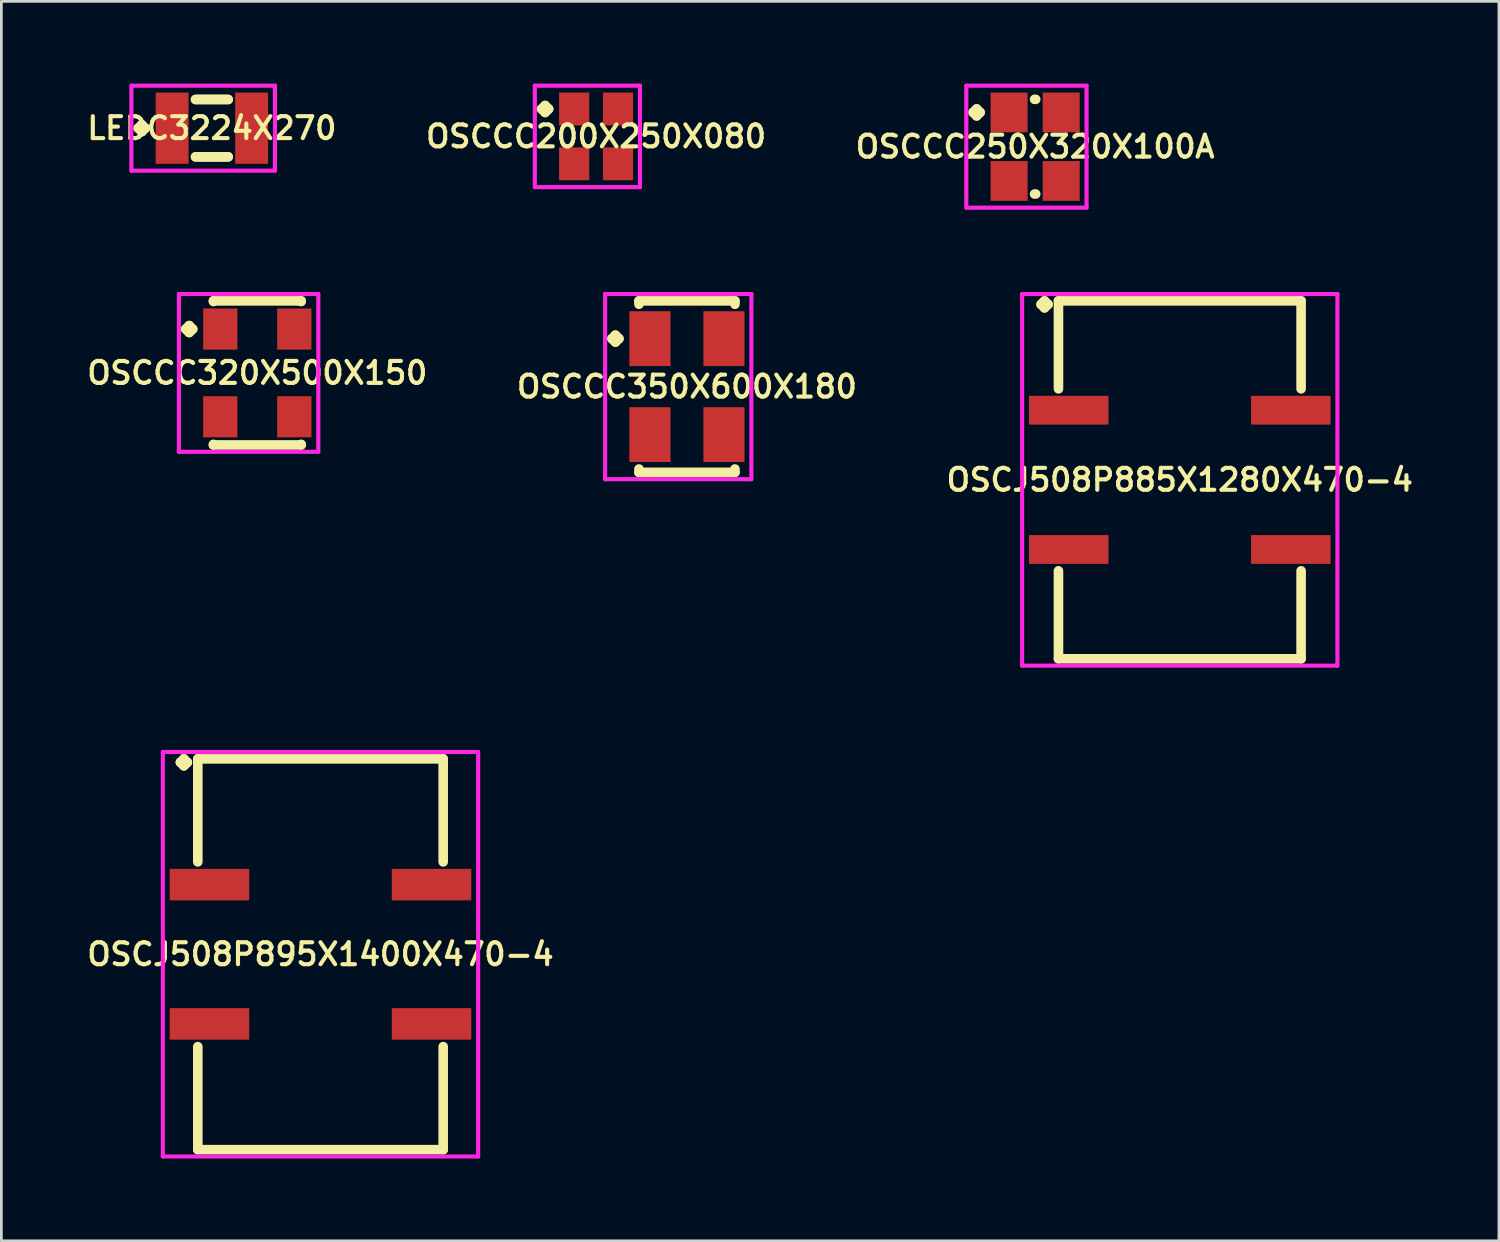
<source format=kicad_pcb>
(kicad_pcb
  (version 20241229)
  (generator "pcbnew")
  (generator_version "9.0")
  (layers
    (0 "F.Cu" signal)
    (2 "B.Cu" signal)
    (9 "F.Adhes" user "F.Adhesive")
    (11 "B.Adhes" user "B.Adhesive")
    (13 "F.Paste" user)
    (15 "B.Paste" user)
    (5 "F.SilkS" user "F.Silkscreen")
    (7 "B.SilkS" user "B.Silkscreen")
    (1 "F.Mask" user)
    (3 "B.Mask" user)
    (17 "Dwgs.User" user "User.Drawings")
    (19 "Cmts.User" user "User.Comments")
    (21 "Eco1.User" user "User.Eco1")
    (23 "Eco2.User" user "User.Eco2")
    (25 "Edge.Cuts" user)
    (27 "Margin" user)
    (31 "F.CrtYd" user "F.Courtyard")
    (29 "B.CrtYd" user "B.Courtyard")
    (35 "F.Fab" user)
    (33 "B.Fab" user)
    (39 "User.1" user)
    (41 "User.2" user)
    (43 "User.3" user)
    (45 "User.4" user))
  (footprint "OSCCC250X320X100A"
    (layer "F.Cu")
    (at 34.706 2.3)
    (property "Reference" "OSCCC250X320X100A" (at 0 0 0) (layer "F.SilkS") (effects (font (size 0.8 0.8) (thickness 0.15))))
    (attr smd)
    (fp_line (start -2.26 -1.25) (end -2.133 -1.377) (stroke (width 0.35) (type solid)) (layer "F.SilkS"))
    (fp_line (start -2.133 -1.377) (end -2.006 -1.25) (stroke (width 0.35) (type solid)) (layer "F.SilkS"))
    (fp_line (start -2.133 -1.123) (end -2.26 -1.25) (stroke (width 0.35) (type solid)) (layer "F.SilkS"))
    (fp_line (start -2.006 -1.25) (end -2.133 -1.123) (stroke (width 0.35) (type solid)) (layer "F.SilkS"))
    (fp_line (start -0.021 -1.727) (end 0.021 -1.727) (stroke (width 0.35) (type solid)) (layer "F.SilkS"))
    (fp_line (start -0.021 1.727) (end 0.021 1.727) (stroke (width 0.35) (type solid)) (layer "F.SilkS"))
    (fp_line (start -2.51 -2.225) (end 1.875 -2.225) (stroke (width 0.15) (type solid)) (layer "F.CrtYd"))
    (fp_line (start -2.51 2.225) (end -2.51 -2.225) (stroke (width 0.15) (type solid)) (layer "F.CrtYd"))
    (fp_line (start 1.875 -2.225) (end 1.875 2.225) (stroke (width 0.15) (type solid)) (layer "F.CrtYd"))
    (fp_line (start 1.875 2.225) (end -2.51 2.225) (stroke (width 0.15) (type solid)) (layer "F.CrtYd"))
    (pad "1" smd rect (at -0.95 -1.25) (size 1.35 1.45) (layers "F.Cu" "F.Mask" "F.Paste"))
    (pad "2" smd rect (at -0.95 1.25) (size 1.35 1.45) (layers "F.Cu" "F.Mask" "F.Paste"))
    (pad "3" smd rect (at 0.95 1.25) (size 1.35 1.45) (layers "F.Cu" "F.Mask" "F.Paste"))
    (pad "4" smd rect (at 0.95 -1.25) (size 1.35 1.45) (layers "F.Cu" "F.Mask" "F.Paste")))
  (footprint "LEDC3224X270"
    (layer "F.Cu")
    (at 4.678 1.625)
    (property "Reference" "LEDC3224X270" (at 0 0 0) (layer "F.SilkS") (effects (font (size 0.8 0.8) (thickness 0.15))))
    (attr smd)
    (fp_line (start -2.685 0) (end -2.558 -0.127) (stroke (width 0.35) (type solid)) (layer "F.SilkS"))
    (fp_line (start -2.558 -0.127) (end -2.431 0) (stroke (width 0.35) (type solid)) (layer "F.SilkS"))
    (fp_line (start -2.558 0.127) (end -2.685 0) (stroke (width 0.35) (type solid)) (layer "F.SilkS"))
    (fp_line (start -2.431 0) (end -2.558 0.127) (stroke (width 0.35) (type solid)) (layer "F.SilkS"))
    (fp_line (start -0.596 -1.046) (end 0.596 -1.046) (stroke (width 0.35) (type solid)) (layer "F.SilkS"))
    (fp_line (start -0.596 1.046) (end 0.596 1.046) (stroke (width 0.35) (type solid)) (layer "F.SilkS"))
    (fp_line (start 0.596 -1.046) (end -0.596 -1.046) (stroke (width 0.35) (type solid)) (layer "F.SilkS"))
    (fp_line (start 0.596 1.046) (end -0.596 1.046) (stroke (width 0.35) (type solid)) (layer "F.SilkS"))
    (fp_line (start -2.935 -1.55) (end 2.3 -1.55) (stroke (width 0.15) (type solid)) (layer "F.CrtYd"))
    (fp_line (start -2.935 1.55) (end -2.935 -1.55) (stroke (width 0.15) (type solid)) (layer "F.CrtYd"))
    (fp_line (start 2.3 -1.55) (end 2.3 1.55) (stroke (width 0.15) (type solid)) (layer "F.CrtYd"))
    (fp_line (start 2.3 1.55) (end -2.935 1.55) (stroke (width 0.15) (type solid)) (layer "F.CrtYd"))
    (pad "1" smd rect (at -1.45 0) (size 1.2 2.6) (layers "F.Cu" "F.Mask" "F.Paste"))
    (pad "2" smd rect (at 1.45 0) (size 1.2 2.6) (layers "F.Cu" "F.Mask" "F.Paste")))
  (footprint "OSCCC200X250X080"
    (layer "F.Cu")
    (at 18.692 1.925)
    (property "Reference" "OSCCC200X250X080" (at 0 0 0) (layer "F.SilkS") (effects (font (size 0.8 0.8) (thickness 0.15))))
    (attr smd)
    (fp_line (start -1.985 -1) (end -1.858 -1.127) (stroke (width 0.35) (type solid)) (layer "F.SilkS"))
    (fp_line (start -1.858 -1.127) (end -1.731 -1) (stroke (width 0.35) (type solid)) (layer "F.SilkS"))
    (fp_line (start -1.858 -0.873) (end -1.985 -1) (stroke (width 0.35) (type solid)) (layer "F.SilkS"))
    (fp_line (start -1.731 -1) (end -1.858 -0.873) (stroke (width 0.35) (type solid)) (layer "F.SilkS"))
    (fp_line (start -2.235 -1.85) (end 1.6 -1.85) (stroke (width 0.15) (type solid)) (layer "F.CrtYd"))
    (fp_line (start -2.235 1.85) (end -2.235 -1.85) (stroke (width 0.15) (type solid)) (layer "F.CrtYd"))
    (fp_line (start 1.6 -1.85) (end 1.6 1.85) (stroke (width 0.15) (type solid)) (layer "F.CrtYd"))
    (fp_line (start 1.6 1.85) (end -2.235 1.85) (stroke (width 0.15) (type solid)) (layer "F.CrtYd"))
    (pad "1" smd rect (at -0.8 -1) (size 1.1 1.2) (layers "F.Cu" "F.Mask" "F.Paste"))
    (pad "2" smd rect (at -0.8 1) (size 1.1 1.2) (layers "F.Cu" "F.Mask" "F.Paste"))
    (pad "3" smd rect (at 0.8 1) (size 1.1 1.2) (layers "F.Cu" "F.Mask" "F.Paste"))
    (pad "4" smd rect (at 0.8 -1) (size 1.1 1.2) (layers "F.Cu" "F.Mask" "F.Paste")))
  (footprint "OSCJ508P895X1400X470-4"
    (layer "F.Cu")
    (at 8.64 31.756)
    (property "Reference" "OSCJ508P895X1400X470-4" (at 0 0 0) (layer "F.SilkS") (effects (font (size 0.8 0.8) (thickness 0.15))))
    (attr through_hole)
    (fp_line (start -5.11 -7) (end -4.983 -7.127) (stroke (width 0.35) (type solid)) (layer "F.SilkS"))
    (fp_line (start -4.983 -7.127) (end -4.856 -7) (stroke (width 0.35) (type solid)) (layer "F.SilkS"))
    (fp_line (start -4.983 -6.873) (end -5.11 -7) (stroke (width 0.35) (type solid)) (layer "F.SilkS"))
    (fp_line (start -4.856 -7) (end -4.983 -6.873) (stroke (width 0.35) (type solid)) (layer "F.SilkS"))
    (fp_line (start -4.475 -7.127) (end 4.475 -7.127) (stroke (width 0.35) (type solid)) (layer "F.SilkS"))
    (fp_line (start -4.475 -3.369) (end -4.475 -7.127) (stroke (width 0.35) (type solid)) (layer "F.SilkS"))
    (fp_line (start -4.475 3.369) (end -4.475 7.127) (stroke (width 0.35) (type solid)) (layer "F.SilkS"))
    (fp_line (start -4.475 7.127) (end 4.475 7.127) (stroke (width 0.35) (type solid)) (layer "F.SilkS"))
    (fp_line (start 4.475 -7.127) (end 4.475 -3.369) (stroke (width 0.35) (type solid)) (layer "F.SilkS"))
    (fp_line (start 4.475 7.127) (end 4.475 3.369) (stroke (width 0.35) (type solid)) (layer "F.SilkS"))
    (fp_line (start -5.75 -7.377) (end 5.75 -7.377) (stroke (width 0.15) (type solid)) (layer "F.CrtYd"))
    (fp_line (start -5.75 7.377) (end -5.75 -7.377) (stroke (width 0.15) (type solid)) (layer "F.CrtYd"))
    (fp_line (start 5.75 -7.377) (end 5.75 7.377) (stroke (width 0.15) (type solid)) (layer "F.CrtYd"))
    (fp_line (start 5.75 7.377) (end -5.75 7.377) (stroke (width 0.15) (type solid)) (layer "F.CrtYd"))
    (pad "1" smd rect (at -4.05 -2.54) (size 2.9 1.15) (layers "F.Cu" "F.Mask" "F.Paste"))
    (pad "2" smd rect (at -4.05 2.54) (size 2.9 1.15) (layers "F.Cu" "F.Mask" "F.Paste"))
    (pad "3" smd rect (at 4.05 2.54) (size 2.9 1.15) (layers "F.Cu" "F.Mask" "F.Paste"))
    (pad "4" smd rect (at 4.05 -2.54) (size 2.9 1.15) (layers "F.Cu" "F.Mask" "F.Paste")))
  (footprint "OSCCC350X600X180"
    (layer "F.Cu")
    (at 22.006 11.052)
    (property "Reference" "OSCCC350X600X180" (at 0 0 0) (layer "F.SilkS") (effects (font (size 0.8 0.8) (thickness 0.15))))
    (attr smd)
    (fp_line (start -2.735 -1.75) (end -2.608 -1.877) (stroke (width 0.35) (type solid)) (layer "F.SilkS"))
    (fp_line (start -2.608 -1.877) (end -2.481 -1.75) (stroke (width 0.35) (type solid)) (layer "F.SilkS"))
    (fp_line (start -2.608 -1.623) (end -2.735 -1.75) (stroke (width 0.35) (type solid)) (layer "F.SilkS"))
    (fp_line (start -2.481 -1.75) (end -2.608 -1.623) (stroke (width 0.35) (type solid)) (layer "F.SilkS"))
    (fp_line (start -1.75 -3.127) (end 1.75 -3.127) (stroke (width 0.35) (type solid)) (layer "F.SilkS"))
    (fp_line (start -1.75 -3.004) (end -1.75 -3.127) (stroke (width 0.35) (type solid)) (layer "F.SilkS"))
    (fp_line (start -1.75 3.004) (end -1.75 3.127) (stroke (width 0.35) (type solid)) (layer "F.SilkS"))
    (fp_line (start -1.75 3.127) (end 1.75 3.127) (stroke (width 0.35) (type solid)) (layer "F.SilkS"))
    (fp_line (start 1.75 -3.127) (end 1.75 -3.004) (stroke (width 0.35) (type solid)) (layer "F.SilkS"))
    (fp_line (start 1.75 3.127) (end 1.75 3.004) (stroke (width 0.35) (type solid)) (layer "F.SilkS"))
    (fp_line (start -2.985 -3.377) (end 2.35 -3.377) (stroke (width 0.15) (type solid)) (layer "F.CrtYd"))
    (fp_line (start -2.985 3.377) (end -2.985 -3.377) (stroke (width 0.15) (type solid)) (layer "F.CrtYd"))
    (fp_line (start 2.35 -3.377) (end 2.35 3.377) (stroke (width 0.15) (type solid)) (layer "F.CrtYd"))
    (fp_line (start 2.35 3.377) (end -2.985 3.377) (stroke (width 0.15) (type solid)) (layer "F.CrtYd"))
    (pad "1" smd rect (at -1.35 -1.75) (size 1.5 2) (layers "F.Cu" "F.Mask" "F.Paste"))
    (pad "2" smd rect (at -1.35 1.75) (size 1.5 2) (layers "F.Cu" "F.Mask" "F.Paste"))
    (pad "3" smd rect (at 1.35 1.75) (size 1.5 2) (layers "F.Cu" "F.Mask" "F.Paste"))
    (pad "4" smd rect (at 1.35 -1.75) (size 1.5 2) (layers "F.Cu" "F.Mask" "F.Paste")))
  (footprint "OSCJ508P885X1280X470-4"
    (layer "F.Cu")
    (at 39.982 14.452)
    (property "Reference" "OSCJ508P885X1280X470-4" (at 0 0 0) (layer "F.SilkS") (effects (font (size 0.8 0.8) (thickness 0.15))))
    (attr smd)
    (fp_line (start -5.06 -6.4) (end -4.933 -6.527) (stroke (width 0.35) (type solid)) (layer "F.SilkS"))
    (fp_line (start -4.933 -6.527) (end -4.806 -6.4) (stroke (width 0.35) (type solid)) (layer "F.SilkS"))
    (fp_line (start -4.933 -6.273) (end -5.06 -6.4) (stroke (width 0.35) (type solid)) (layer "F.SilkS"))
    (fp_line (start -4.806 -6.4) (end -4.933 -6.273) (stroke (width 0.35) (type solid)) (layer "F.SilkS"))
    (fp_line (start -4.425 -6.527) (end 4.425 -6.527) (stroke (width 0.35) (type solid)) (layer "F.SilkS"))
    (fp_line (start -4.425 -3.319) (end -4.425 -6.527) (stroke (width 0.35) (type solid)) (layer "F.SilkS"))
    (fp_line (start -4.425 3.319) (end -4.425 6.527) (stroke (width 0.35) (type solid)) (layer "F.SilkS"))
    (fp_line (start -4.425 6.527) (end 4.425 6.527) (stroke (width 0.35) (type solid)) (layer "F.SilkS"))
    (fp_line (start 4.425 -6.527) (end 4.425 -3.319) (stroke (width 0.35) (type solid)) (layer "F.SilkS"))
    (fp_line (start 4.425 6.527) (end 4.425 3.319) (stroke (width 0.35) (type solid)) (layer "F.SilkS"))
    (fp_line (start -5.75 -6.777) (end 5.75 -6.777) (stroke (width 0.15) (type solid)) (layer "F.CrtYd"))
    (fp_line (start -5.75 6.777) (end -5.75 -6.777) (stroke (width 0.15) (type solid)) (layer "F.CrtYd"))
    (fp_line (start 5.75 -6.777) (end 5.75 6.777) (stroke (width 0.15) (type solid)) (layer "F.CrtYd"))
    (fp_line (start 5.75 6.777) (end -5.75 6.777) (stroke (width 0.15) (type solid)) (layer "F.CrtYd"))
    (pad "1" smd rect (at -4.05 -2.54) (size 2.9 1.05) (layers "F.Cu" "F.Mask" "F.Paste"))
    (pad "2" smd rect (at -4.05 2.54) (size 2.9 1.05) (layers "F.Cu" "F.Mask" "F.Paste"))
    (pad "3" smd rect (at 4.05 2.54) (size 2.9 1.05) (layers "F.Cu" "F.Mask" "F.Paste"))
    (pad "4" smd rect (at 4.05 -2.54) (size 2.9 1.05) (layers "F.Cu" "F.Mask" "F.Paste")))
  (footprint "OSCCC320X500X150"
    (layer "F.Cu")
    (at 6.335 10.552)
    (property "Reference" "OSCCC320X500X150" (at 0 0 0) (layer "F.SilkS") (effects (font (size 0.8 0.8) (thickness 0.15))))
    (attr smd)
    (fp_line (start -2.61 -1.6) (end -2.483 -1.727) (stroke (width 0.35) (type solid)) (layer "F.SilkS"))
    (fp_line (start -2.483 -1.727) (end -2.356 -1.6) (stroke (width 0.35) (type solid)) (layer "F.SilkS"))
    (fp_line (start -2.483 -1.473) (end -2.61 -1.6) (stroke (width 0.35) (type solid)) (layer "F.SilkS"))
    (fp_line (start -2.356 -1.6) (end -2.483 -1.473) (stroke (width 0.35) (type solid)) (layer "F.SilkS"))
    (fp_line (start -1.6 -2.627) (end 1.6 -2.627) (stroke (width 0.35) (type solid)) (layer "F.SilkS"))
    (fp_line (start -1.6 -2.604) (end -1.6 -2.627) (stroke (width 0.35) (type solid)) (layer "F.SilkS"))
    (fp_line (start -1.6 2.604) (end -1.6 2.627) (stroke (width 0.35) (type solid)) (layer "F.SilkS"))
    (fp_line (start -1.6 2.627) (end 1.6 2.627) (stroke (width 0.35) (type solid)) (layer "F.SilkS"))
    (fp_line (start 1.6 -2.627) (end 1.6 -2.604) (stroke (width 0.35) (type solid)) (layer "F.SilkS"))
    (fp_line (start 1.6 2.627) (end 1.6 2.604) (stroke (width 0.35) (type solid)) (layer "F.SilkS"))
    (fp_line (start -2.86 -2.877) (end 2.225 -2.877) (stroke (width 0.15) (type solid)) (layer "F.CrtYd"))
    (fp_line (start -2.86 2.877) (end -2.86 -2.877) (stroke (width 0.15) (type solid)) (layer "F.CrtYd"))
    (fp_line (start 2.225 -2.877) (end 2.225 2.877) (stroke (width 0.15) (type solid)) (layer "F.CrtYd"))
    (fp_line (start 2.225 2.877) (end -2.86 2.877) (stroke (width 0.15) (type solid)) (layer "F.CrtYd"))
    (pad "1" smd rect (at -1.35 -1.6) (size 1.25 1.5) (layers "F.Cu" "F.Mask" "F.Paste"))
    (pad "2" smd rect (at -1.35 1.6) (size 1.25 1.5) (layers "F.Cu" "F.Mask" "F.Paste"))
    (pad "3" smd rect (at 1.35 1.6) (size 1.25 1.5) (layers "F.Cu" "F.Mask" "F.Paste"))
    (pad "4" smd rect (at 1.35 -1.6) (size 1.25 1.5) (layers "F.Cu" "F.Mask" "F.Paste")))
  (gr_rect
    (start -3 -3)
    (end 51.622 42.208)
    (stroke (width 0.1) (type default))
    (fill no)
    (layer "Edge.Cuts")))
</source>
